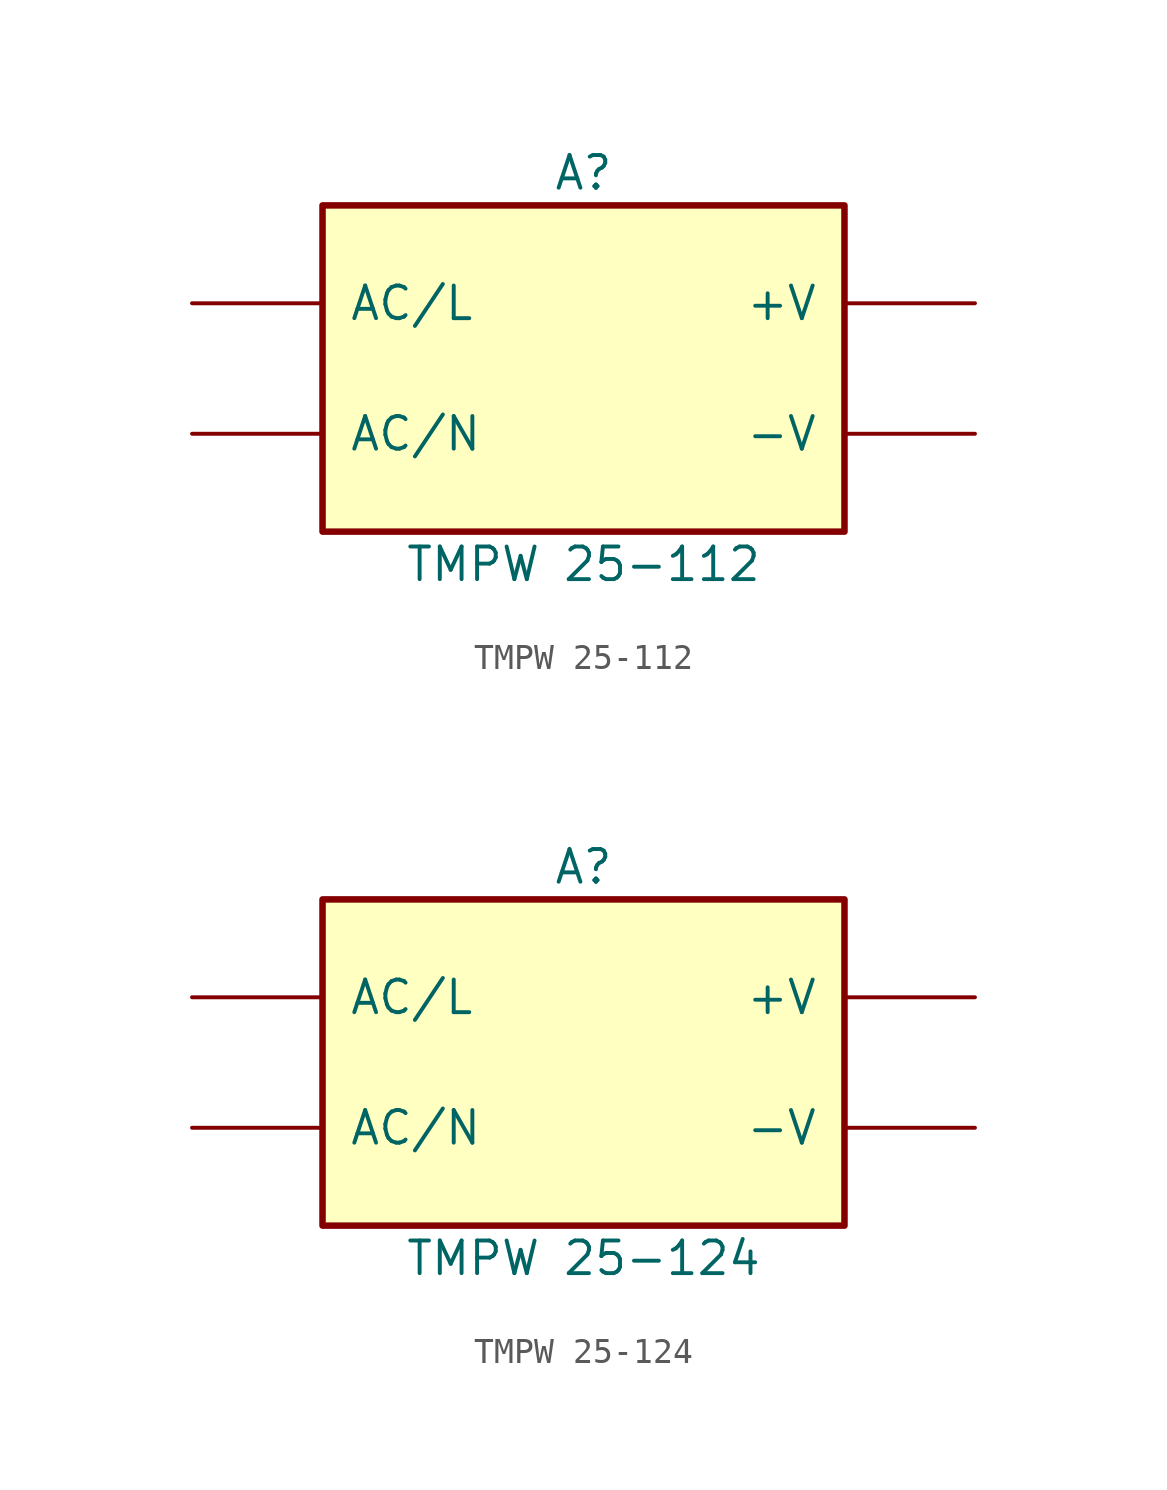
<source format=kicad_sym>
(kicad_symbol_lib
  (version 20241209)
  (generator "kicad_symbol_editor")
  (generator_version "9.0")
  (symbol "TMPW 25-112"
    (pin_numbers
      (hide yes))
    (pin_names
      (offset 1.016))
    (property "Reference" "A"
      (at 0 7.62 0)
      (effects (font (size 1.27 1.27))))
    (property "Value" "TMPW 25-112"
      (at 0 -7.62 0)
      (effects (font (size 1.27 1.27))))
    (symbol "TMPW 25-112_0_1"
      (rectangle (start -10.16 6.35) (end 10.16 -6.35) (stroke (width 0.254) (type default)) (fill (type background))))
    (symbol "TMPW 25-112_1_1"
      (pin power_in line (at -15.24 2.54 0) (length 5.08) (name "AC/L" (effects (font (size 1.27 1.27)))) (number "1" (effects (font (size 1.27 1.27)))))
      (pin input line (at -15.24 -2.54 0) (length 5.08) (name "AC/N" (effects (font (size 1.27 1.27)))) (number "2" (effects (font (size 1.27 1.27)))))
      (pin power_out line (at 15.24 2.54 180) (length 5.08) (name "+V" (effects (font (size 1.27 1.27)))) (number "3" (effects (font (size 1.27 1.27)))))
      (pin power_out line (at 15.24 -2.54 180) (length 5.08) (name "-V" (effects (font (size 1.27 1.27)))) (number "4" (effects (font (size 1.27 1.27)))))))
  (symbol "TMPW 25-124"
    (pin_numbers
      (hide yes))
    (pin_names
      (offset 1.016))
    (property "Reference" "A"
      (at 0 7.62 0)
      (effects (font (size 1.27 1.27))))
    (property "Value" "TMPW 25-124"
      (at 0 -7.62 0)
      (effects (font (size 1.27 1.27))))
    (symbol "TMPW 25-124_0_1"
      (rectangle (start -10.16 6.35) (end 10.16 -6.35) (stroke (width 0.254) (type default)) (fill (type background))))
    (symbol "TMPW 25-124_1_1"
      (pin power_in line (at -15.24 2.54 0) (length 5.08) (name "AC/L" (effects (font (size 1.27 1.27)))) (number "1" (effects (font (size 1.27 1.27)))))
      (pin input line (at -15.24 -2.54 0) (length 5.08) (name "AC/N" (effects (font (size 1.27 1.27)))) (number "2" (effects (font (size 1.27 1.27)))))
      (pin power_out line (at 15.24 2.54 180) (length 5.08) (name "+V" (effects (font (size 1.27 1.27)))) (number "3" (effects (font (size 1.27 1.27)))))
      (pin power_out line (at 15.24 -2.54 180) (length 5.08) (name "-V" (effects (font (size 1.27 1.27)))) (number "4" (effects (font (size 1.27 1.27))))))))
</source>
